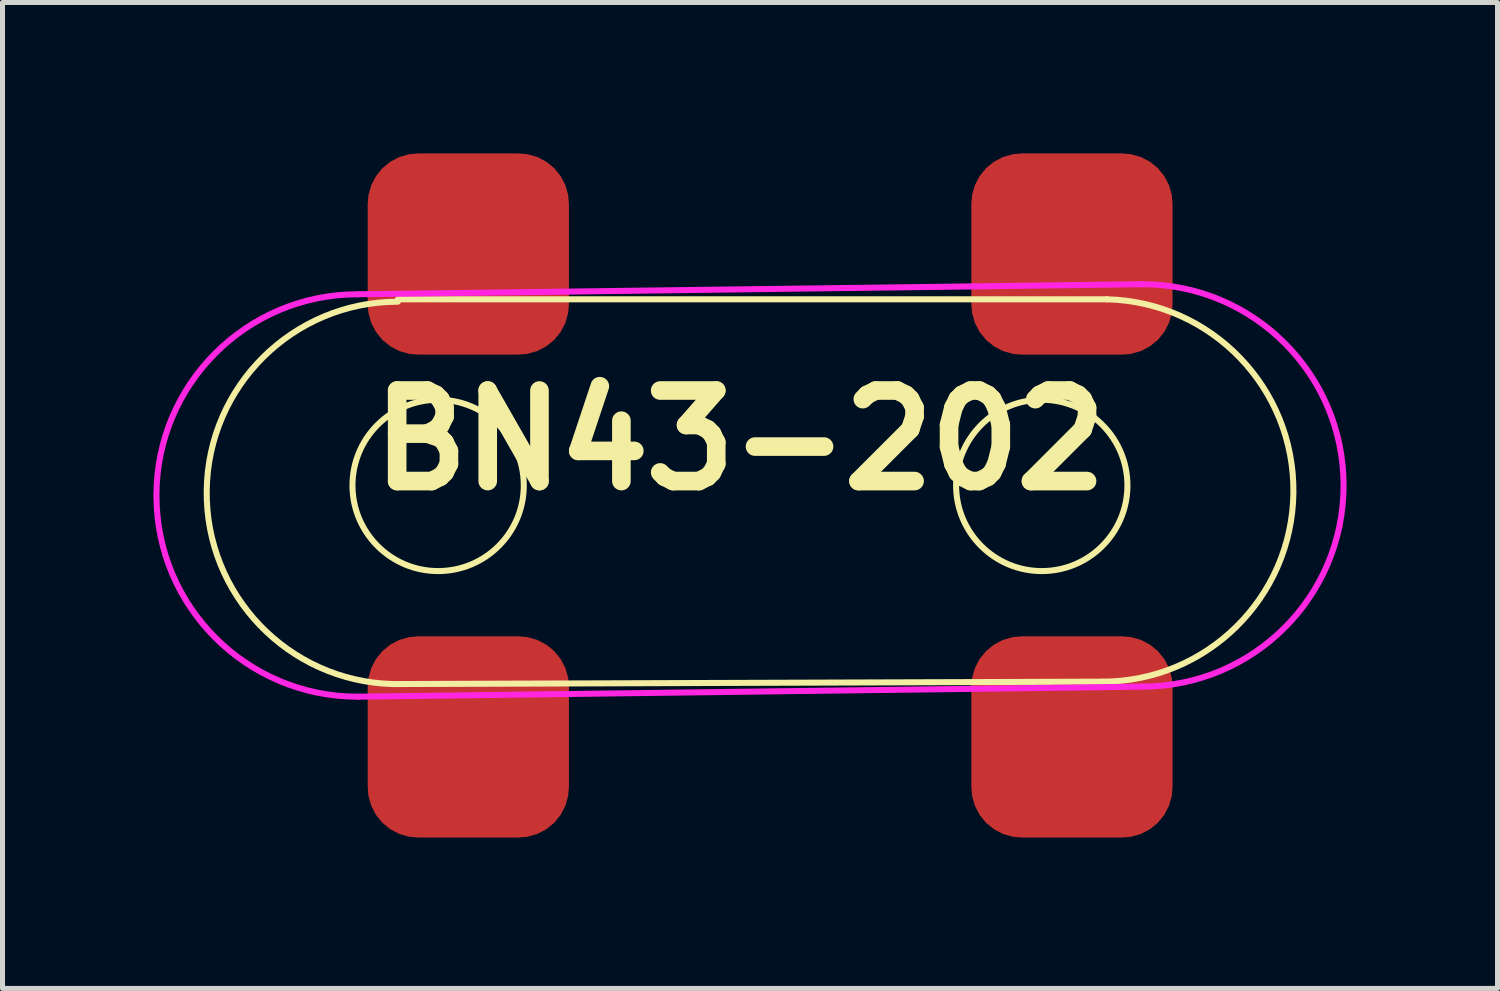
<source format=kicad_pcb>
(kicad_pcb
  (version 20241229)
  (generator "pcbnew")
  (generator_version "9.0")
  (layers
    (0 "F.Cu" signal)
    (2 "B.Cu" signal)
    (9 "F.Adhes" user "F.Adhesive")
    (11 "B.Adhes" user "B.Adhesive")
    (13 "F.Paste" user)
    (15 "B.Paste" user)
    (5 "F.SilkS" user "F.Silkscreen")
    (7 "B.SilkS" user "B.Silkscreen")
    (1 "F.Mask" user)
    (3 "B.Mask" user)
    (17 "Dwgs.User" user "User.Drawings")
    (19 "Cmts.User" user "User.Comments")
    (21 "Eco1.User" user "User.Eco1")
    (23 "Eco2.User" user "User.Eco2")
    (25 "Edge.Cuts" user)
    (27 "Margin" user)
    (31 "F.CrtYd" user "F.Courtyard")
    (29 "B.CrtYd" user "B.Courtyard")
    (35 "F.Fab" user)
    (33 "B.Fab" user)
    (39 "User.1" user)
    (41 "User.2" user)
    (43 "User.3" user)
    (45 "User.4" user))
  (footprint "BN43-202"
    (layer "F.Cu")
    (at 11.66 6.6)
    (property "Reference" "BN43-202" (at 0 -0.9 0) (unlocked yes) (layer "F.SilkS") (effects (font (size 1.8 1.8) (thickness 0.37))))
    (attr smd)
    (fp_line (start -6.8 -3.7) (end 7.297 -3.7) (stroke (width 0.12) (type default)) (layer "F.SilkS"))
    (fp_line (start 7.199 3.901) (end -6.899 3.949) (stroke (width 0.12) (type default)) (layer "F.SilkS"))
    (fp_arc (start -6.899 3.948915) (mid -10.6 0.1) (end -6.801176 -3.652398) (stroke (width 0.12) (type default)) (layer "F.SilkS"))
    (fp_arc (start 7.296939 -3.700053) (mid 10.997939 0.148862) (end 7.199115 3.90126) (stroke (width 0.12) (type default)) (layer "F.SilkS"))
    (fp_circle (center -6 0) (end -4.7 1.1) (stroke (width 0.12) (type default)) (fill no) (layer "F.SilkS"))
    (fp_circle (center 6 0) (end 7.3 1.1) (stroke (width 0.12) (type default)) (fill no) (layer "F.SilkS"))
    (fp_line (start -7.6 -3.8) (end 8 -4) (stroke (width 0.12) (type default)) (layer "F.CrtYd"))
    (fp_line (start 8 4) (end -7.6 4.2) (stroke (width 0.12) (type default)) (layer "F.CrtYd"))
    (fp_arc (start -7.6 4.2) (mid -11.6 0.2) (end -7.6 -3.8) (stroke (width 0.12) (type default)) (layer "F.CrtYd"))
    (fp_arc (start 8 -4) (mid 12 0) (end 8 4) (stroke (width 0.12) (type default)) (layer "F.CrtYd"))
    (pad "1" smd roundrect (at -5.4 -4.6) (size 4 4) (layers "F.Cu" "F.Mask" "F.Paste") (roundrect_rratio 0.25))
    (pad "2" smd roundrect (at 6.6 -4.6) (size 4 4) (layers "F.Cu" "F.Mask" "F.Paste") (roundrect_rratio 0.25))
    (pad "3" smd roundrect (at 6.6 5) (size 4 4) (layers "F.Cu" "F.Mask" "F.Paste") (roundrect_rratio 0.25))
    (pad "4" smd roundrect (at -5.4 5) (size 4 4) (layers "F.Cu" "F.Mask" "F.Paste") (roundrect_rratio 0.25)))
  (gr_rect
    (start -3 -3)
    (end 26.72 16.6)
    (stroke (width 0.1) (type default))
    (fill no)
    (layer "Edge.Cuts")))
</source>
